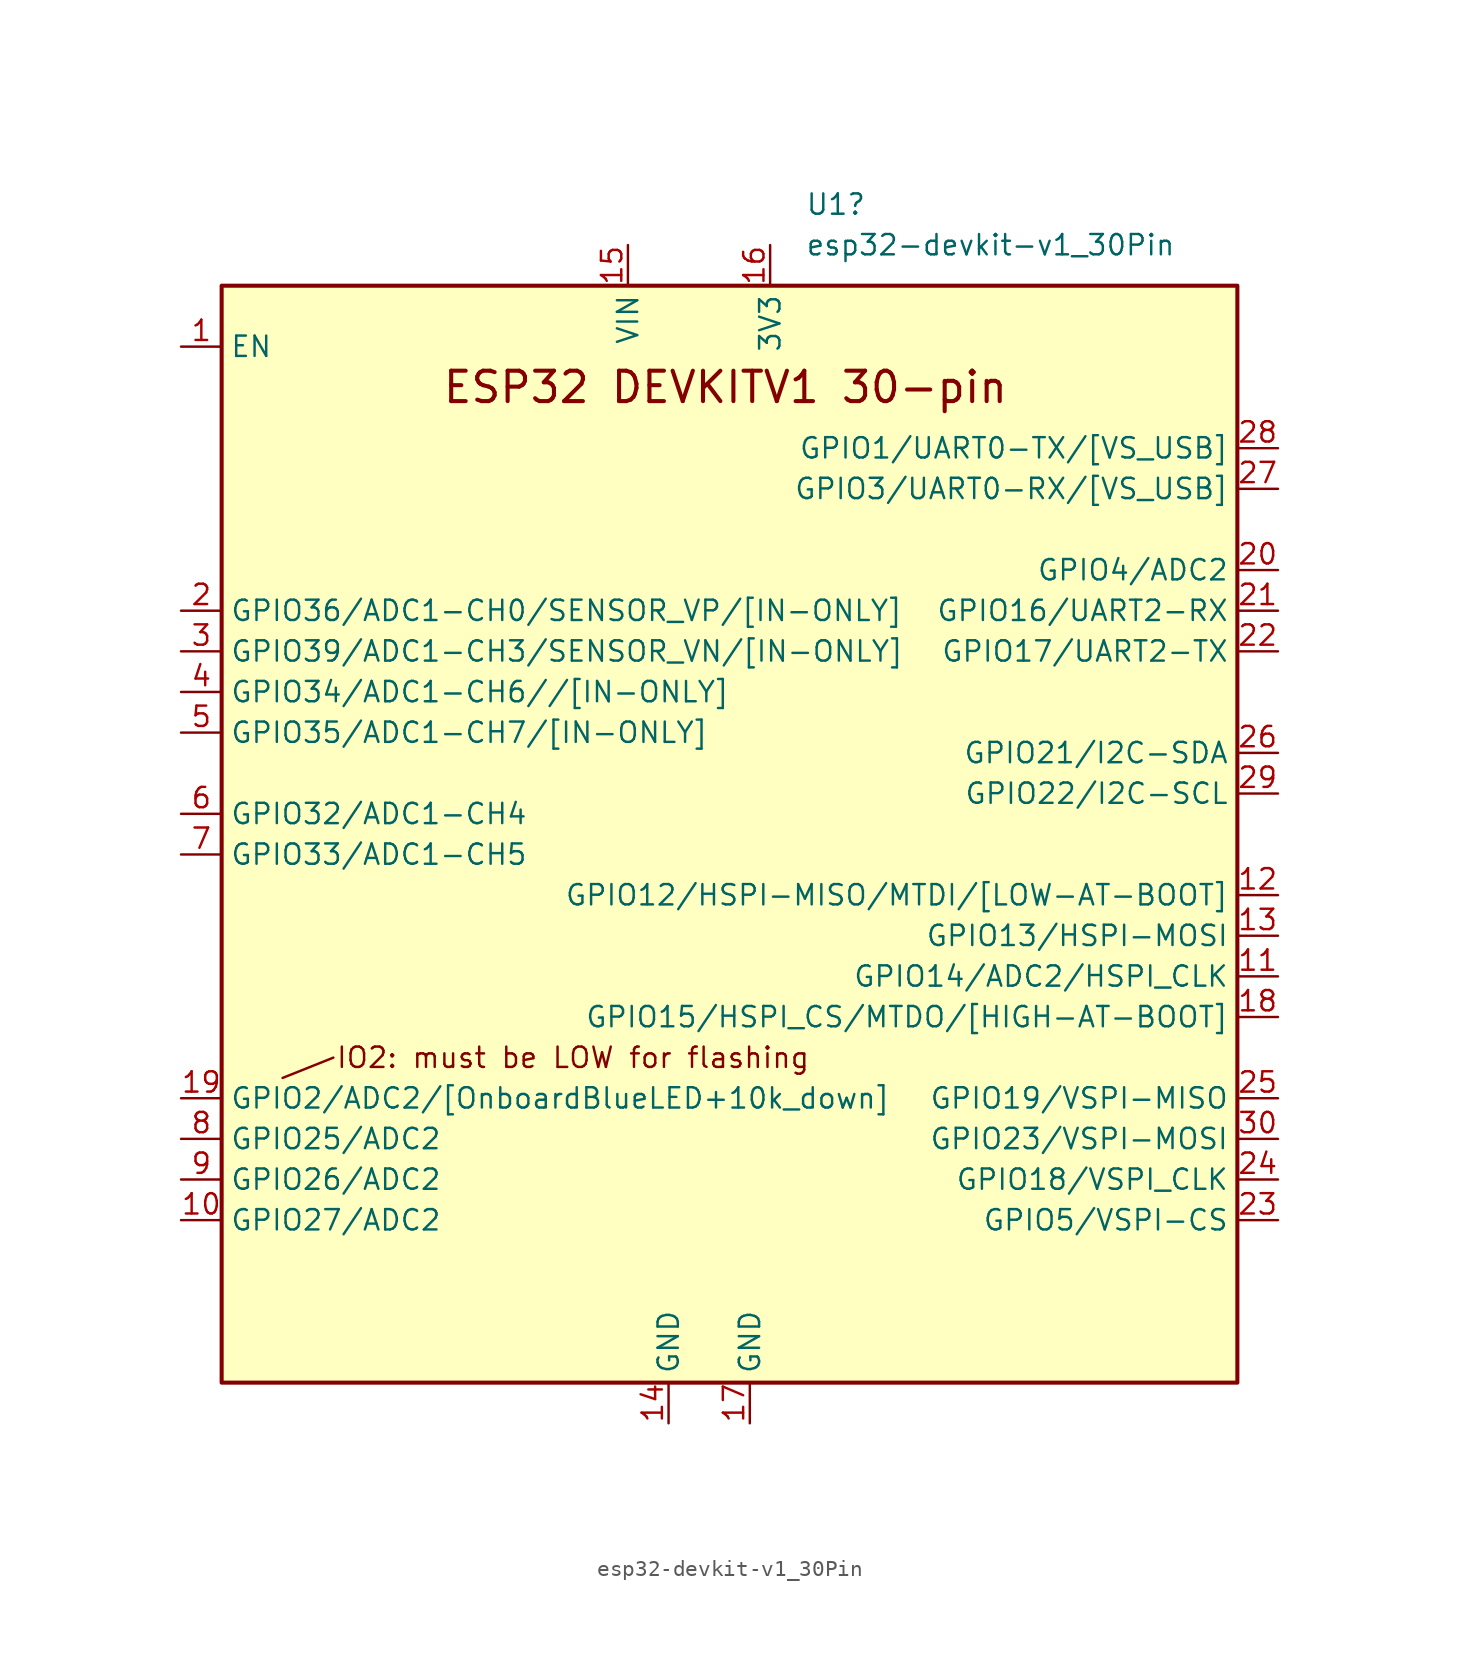
<source format=kicad_sym>
(kicad_symbol_lib
  (version 20231120)
  (generator "kicad_symbol_editor")
  (generator_version "8.0")
  (symbol "esp32-devkit-v1_30Pin"
    (property "Reference" "U1"
      (at 23.784 48.26 0)
      (effects (font (size 1.27 1.27)) (justify left)))
    (property "Value" "esp32-devkit-v1_30Pin"
      (at 23.784 45.72 0)
      (effects (font (size 1.27 1.27)) (justify left)))
    (symbol "esp32-devkit-v1_30Pin_1_1"
      (rectangle (start -12.7 43.18) (end 50.8 -25.4) (stroke (width 0.254) (type solid)) (fill (type background)))
      (polyline (pts (xy -8.89 -6.35) (xy -5.715 -5.08)) (stroke (width 0) (type default)) (fill (type none)))
      (text "ESP32 DEVKITV1 30-pin" (at 18.796 36.83 0) (effects (font (size 1.9 1.9) (thickness 0.254) (bold yes))))
      (text "IO2: must be LOW for flashing" (at -5.588 -5.08 0) (effects (font (size 1.27 1.27)) (justify left)))
      (pin input line (at -15.24 39.37 0) (length 2.54) (name "EN" (effects (font (size 1.27 1.27)))) (number "1" (effects (font (size 1.27 1.27)))))
      (pin bidirectional line (at -15.24 -15.24 0) (length 2.54) (name "GPIO27/ADC2" (effects (font (size 1.27 1.27)))) (number "10" (effects (font (size 1.27 1.27)))))
      (pin bidirectional line (at 53.34 0 180) (length 2.54) (name "GPIO14/ADC2/HSPI_CLK" (effects (font (size 1.27 1.27)))) (number "11" (effects (font (size 1.27 1.27)))))
      (pin bidirectional line (at 53.34 5.08 180) (length 2.54) (name "GPIO12/HSPI-MISO/MTDI/[LOW-AT-BOOT]" (effects (font (size 1.27 1.27)))) (number "12" (effects (font (size 1.27 1.27)))))
      (pin bidirectional line (at 53.34 2.54 180) (length 2.54) (name "GPIO13/HSPI-MOSI" (effects (font (size 1.27 1.27)))) (number "13" (effects (font (size 1.27 1.27)))))
      (pin power_in line (at 15.24 -27.94 90) (length 2.54) (name "GND" (effects (font (size 1.27 1.27)))) (number "14" (effects (font (size 1.27 1.27)))))
      (pin power_in line (at 12.7 45.72 270) (length 2.54) (name "VIN" (effects (font (size 1.27 1.27)))) (number "15" (effects (font (size 1.27 1.27)))))
      (pin power_in line (at 21.59 45.72 270) (length 2.54) (name "3V3" (effects (font (size 1.27 1.27)))) (number "16" (effects (font (size 1.27 1.27)))))
      (pin power_in line (at 20.32 -27.94 90) (length 2.54) (name "GND" (effects (font (size 1.27 1.27)))) (number "17" (effects (font (size 1.27 1.27)))))
      (pin bidirectional line (at 53.34 -2.54 180) (length 2.54) (name "GPIO15/HSPI_CS/MTDO/[HIGH-AT-BOOT]" (effects (font (size 1.27 1.27)))) (number "18" (effects (font (size 1.27 1.27)))))
      (pin bidirectional line (at -15.24 -7.62 0) (length 2.54) (name "GPIO2/ADC2/[OnboardBlueLED+10k_down]" (effects (font (size 1.27 1.27)))) (number "19" (effects (font (size 1.27 1.27)))))
      (pin input line (at -15.24 22.86 0) (length 2.54) (name "GPIO36/ADC1-CH0/SENSOR_VP/[IN-ONLY]" (effects (font (size 1.27 1.27)))) (number "2" (effects (font (size 1.27 1.27)))))
      (pin bidirectional line (at 53.34 25.4 180) (length 2.54) (name "GPIO4/ADC2" (effects (font (size 1.27 1.27)))) (number "20" (effects (font (size 1.27 1.27)))))
      (pin bidirectional line (at 53.34 22.86 180) (length 2.54) (name "GPIO16/UART2-RX" (effects (font (size 1.27 1.27)))) (number "21" (effects (font (size 1.27 1.27)))))
      (pin bidirectional line (at 53.34 20.32 180) (length 2.54) (name "GPIO17/UART2-TX" (effects (font (size 1.27 1.27)))) (number "22" (effects (font (size 1.27 1.27)))))
      (pin bidirectional line (at 53.34 -15.24 180) (length 2.54) (name "GPIO5/VSPI-CS" (effects (font (size 1.27 1.27)))) (number "23" (effects (font (size 1.27 1.27)))))
      (pin bidirectional line (at 53.34 -12.7 180) (length 2.54) (name "GPIO18/VSPI_CLK" (effects (font (size 1.27 1.27)))) (number "24" (effects (font (size 1.27 1.27)))))
      (pin bidirectional line (at 53.34 -7.62 180) (length 2.54) (name "GPIO19/VSPI-MISO" (effects (font (size 1.27 1.27)))) (number "25" (effects (font (size 1.27 1.27)))))
      (pin bidirectional line (at 53.34 13.97 180) (length 2.54) (name "GPIO21/I2C-SDA" (effects (font (size 1.27 1.27)))) (number "26" (effects (font (size 1.27 1.27)))))
      (pin bidirectional line (at 53.34 30.48 180) (length 2.54) (name "GPIO3/UART0-RX/[VS_USB]" (effects (font (size 1.27 1.27)))) (number "27" (effects (font (size 1.27 1.27)))))
      (pin bidirectional line (at 53.34 33.02 180) (length 2.54) (name "GPIO1/UART0-TX/[VS_USB]" (effects (font (size 1.27 1.27)))) (number "28" (effects (font (size 1.27 1.27)))))
      (pin bidirectional line (at 53.34 11.43 180) (length 2.54) (name "GPIO22/I2C-SCL" (effects (font (size 1.27 1.27)))) (number "29" (effects (font (size 1.27 1.27)))))
      (pin input line (at -15.24 20.32 0) (length 2.54) (name "GPIO39/ADC1-CH3/SENSOR_VN/[IN-ONLY]" (effects (font (size 1.27 1.27)))) (number "3" (effects (font (size 1.27 1.27)))))
      (pin bidirectional line (at 53.34 -10.16 180) (length 2.54) (name "GPIO23/VSPI-MOSI" (effects (font (size 1.27 1.27)))) (number "30" (effects (font (size 1.27 1.27)))))
      (pin input line (at -15.24 17.78 0) (length 2.54) (name "GPIO34/ADC1-CH6//[IN-ONLY]" (effects (font (size 1.27 1.27)))) (number "4" (effects (font (size 1.27 1.27)))))
      (pin input line (at -15.24 15.24 0) (length 2.54) (name "GPIO35/ADC1-CH7/[IN-ONLY]" (effects (font (size 1.27 1.27)))) (number "5" (effects (font (size 1.27 1.27)))))
      (pin bidirectional line (at -15.24 10.16 0) (length 2.54) (name "GPIO32/ADC1-CH4" (effects (font (size 1.27 1.27)))) (number "6" (effects (font (size 1.27 1.27)))))
      (pin bidirectional line (at -15.24 7.62 0) (length 2.54) (name "GPIO33/ADC1-CH5" (effects (font (size 1.27 1.27)))) (number "7" (effects (font (size 1.27 1.27)))))
      (pin bidirectional line (at -15.24 -10.16 0) (length 2.54) (name "GPIO25/ADC2" (effects (font (size 1.27 1.27)))) (number "8" (effects (font (size 1.27 1.27)))))
      (pin bidirectional line (at -15.24 -12.7 0) (length 2.54) (name "GPIO26/ADC2" (effects (font (size 1.27 1.27)))) (number "9" (effects (font (size 1.27 1.27))))))))
</source>
